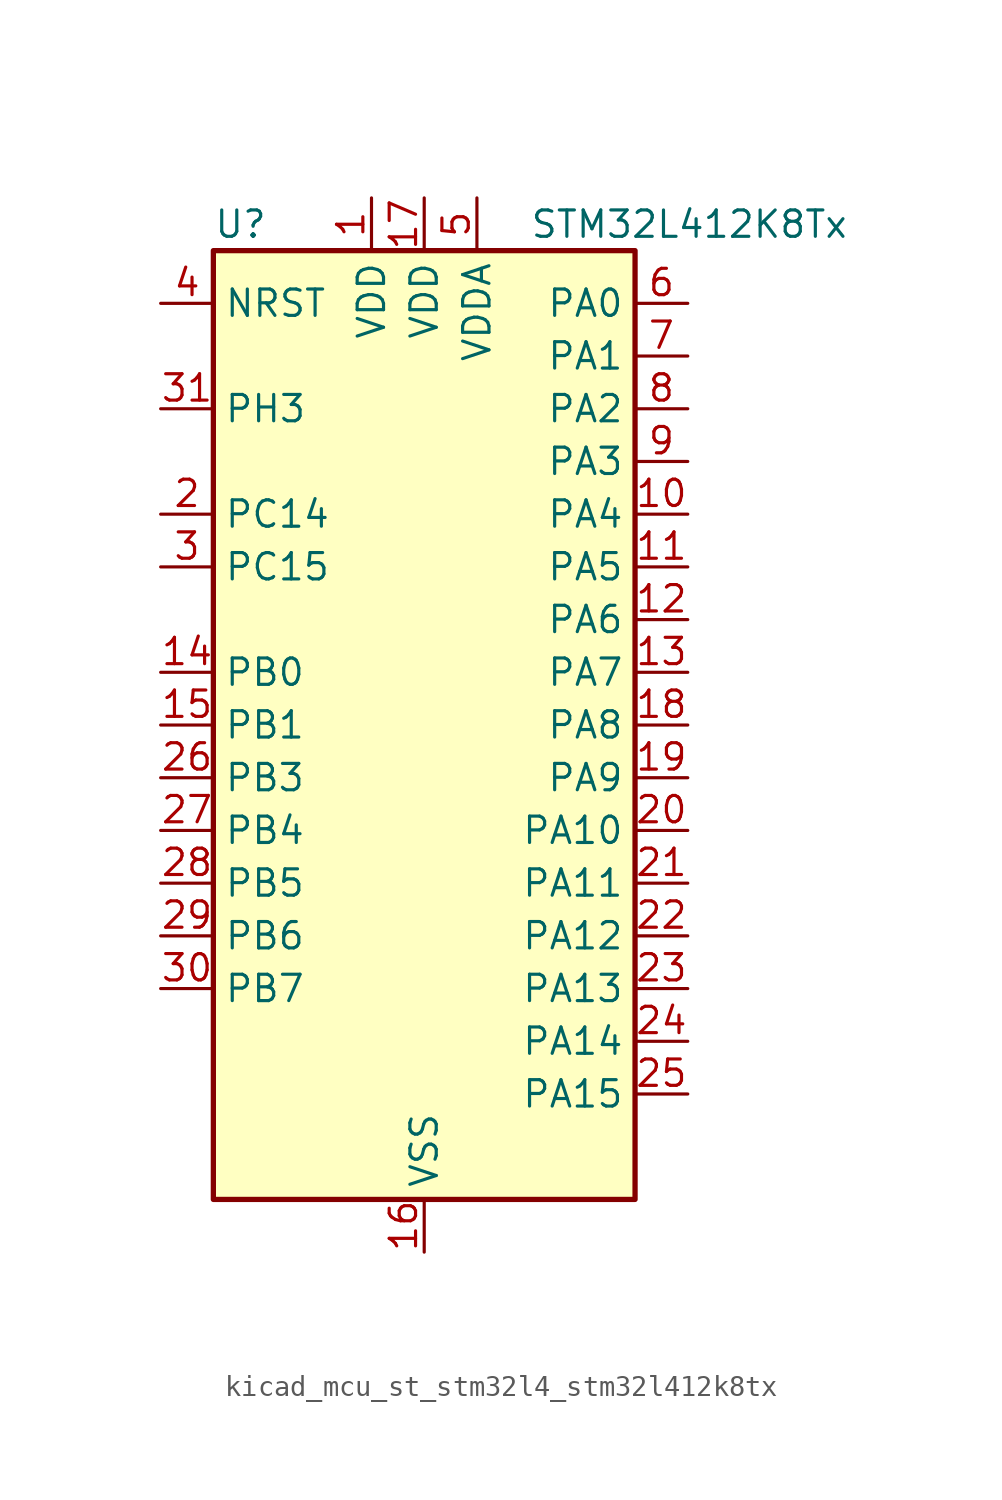
<source format=kicad_sym>
(kicad_symbol_lib
  (version 20220914)
  (generator kicad_symbol_editor)
  (symbol "kicad_mcu_st_stm32l4_stm32l412k8tx"
    (property "Reference" "U"
      (at -10.16 24.13 0)
      (effects (font (size 1.27 1.27)) (justify left)))
    (property "Value" "STM32L412K8Tx"
      (at 5.08 24.13 0)
      (effects (font (size 1.27 1.27)) (justify left)))
    (property "ki_locked" ""
      (at 0 0 0)
      (effects (font (size 1.27 1.27))))
    (symbol "kicad_mcu_st_stm32l4_stm32l412k8tx_0_1"
      (rectangle (start -10.16 -22.86) (end 10.16 22.86) (stroke (width 0.254) (type default)) (fill (type background))))
    (symbol "kicad_mcu_st_stm32l4_stm32l412k8tx_1_1"
      (pin power_in line (at -2.54 25.4 270) (length 2.54) (name "VDD" (effects (font (size 1.27 1.27)))) (number "1" (effects (font (size 1.27 1.27)))))
      (pin bidirectional line (at 12.7 10.16 180) (length 2.54) (name "PA4" (effects (font (size 1.27 1.27)))) (number "10" (effects (font (size 1.27 1.27)))) (alternate "ADC1_IN9" bidirectional line) (alternate "ADC2_IN9" bidirectional line) (alternate "COMP1_INM" bidirectional line) (alternate "LPTIM2_OUT" bidirectional line) (alternate "SPI1_NSS" bidirectional line) (alternate "USART2_CK" bidirectional line))
      (pin bidirectional line (at 12.7 7.62 180) (length 2.54) (name "PA5" (effects (font (size 1.27 1.27)))) (number "11" (effects (font (size 1.27 1.27)))) (alternate "ADC1_IN10" bidirectional line) (alternate "ADC2_IN10" bidirectional line) (alternate "COMP1_INM" bidirectional line) (alternate "LPTIM2_ETR" bidirectional line) (alternate "SPI1_SCK" bidirectional line) (alternate "TIM2_CH1" bidirectional line) (alternate "TIM2_ETR" bidirectional line))
      (pin bidirectional line (at 12.7 5.08 180) (length 2.54) (name "PA6" (effects (font (size 1.27 1.27)))) (number "12" (effects (font (size 1.27 1.27)))) (alternate "ADC1_IN11" bidirectional line) (alternate "ADC2_IN11" bidirectional line) (alternate "COMP1_OUT" bidirectional line) (alternate "LPUART1_CTS" bidirectional line) (alternate "QUADSPI_BK1_IO3" bidirectional line) (alternate "SPI1_MISO" bidirectional line) (alternate "TIM16_CH1" bidirectional line) (alternate "TIM1_BKIN" bidirectional line))
      (pin bidirectional line (at 12.7 2.54 180) (length 2.54) (name "PA7" (effects (font (size 1.27 1.27)))) (number "13" (effects (font (size 1.27 1.27)))) (alternate "ADC1_IN12" bidirectional line) (alternate "ADC2_IN12" bidirectional line) (alternate "I2C3_SCL" bidirectional line) (alternate "QUADSPI_BK1_IO2" bidirectional line) (alternate "SPI1_MOSI" bidirectional line) (alternate "TIM1_CH1N" bidirectional line))
      (pin bidirectional line (at -12.7 2.54 0) (length 2.54) (name "PB0" (effects (font (size 1.27 1.27)))) (number "14" (effects (font (size 1.27 1.27)))) (alternate "ADC1_IN15" bidirectional line) (alternate "ADC2_IN15" bidirectional line) (alternate "COMP1_OUT" bidirectional line) (alternate "QUADSPI_BK1_IO1" bidirectional line) (alternate "SPI1_NSS" bidirectional line) (alternate "SYS_TRACED0" bidirectional line) (alternate "TIM1_CH2N" bidirectional line))
      (pin bidirectional line (at -12.7 0 0) (length 2.54) (name "PB1" (effects (font (size 1.27 1.27)))) (number "15" (effects (font (size 1.27 1.27)))) (alternate "ADC1_IN16" bidirectional line) (alternate "ADC2_IN16" bidirectional line) (alternate "COMP1_INM" bidirectional line) (alternate "LPTIM2_IN1" bidirectional line) (alternate "LPUART1_DE" bidirectional line) (alternate "LPUART1_RTS" bidirectional line) (alternate "QUADSPI_BK1_IO0" bidirectional line) (alternate "SYS_TRACED1" bidirectional line) (alternate "TIM1_CH3N" bidirectional line))
      (pin power_in line (at 0 -25.4 90) (length 2.54) (name "VSS" (effects (font (size 1.27 1.27)))) (number "16" (effects (font (size 1.27 1.27)))))
      (pin power_in line (at 0 25.4 270) (length 2.54) (name "VDD" (effects (font (size 1.27 1.27)))) (number "17" (effects (font (size 1.27 1.27)))))
      (pin bidirectional line (at 12.7 0 180) (length 2.54) (name "PA8" (effects (font (size 1.27 1.27)))) (number "18" (effects (font (size 1.27 1.27)))) (alternate "LPTIM2_OUT" bidirectional line) (alternate "RCC_MCO" bidirectional line) (alternate "TIM1_CH1" bidirectional line) (alternate "USART1_CK" bidirectional line))
      (pin bidirectional line (at 12.7 -2.54 180) (length 2.54) (name "PA9" (effects (font (size 1.27 1.27)))) (number "19" (effects (font (size 1.27 1.27)))) (alternate "I2C1_SCL" bidirectional line) (alternate "TIM15_BKIN" bidirectional line) (alternate "TIM1_CH2" bidirectional line) (alternate "USART1_TX" bidirectional line))
      (pin bidirectional line (at -12.7 10.16 0) (length 2.54) (name "PC14" (effects (font (size 1.27 1.27)))) (number "2" (effects (font (size 1.27 1.27)))) (alternate "RCC_OSC32_IN" bidirectional line))
      (pin bidirectional line (at 12.7 -5.08 180) (length 2.54) (name "PA10" (effects (font (size 1.27 1.27)))) (number "20" (effects (font (size 1.27 1.27)))) (alternate "CRS_SYNC" bidirectional line) (alternate "I2C1_SDA" bidirectional line) (alternate "TIM1_CH3" bidirectional line) (alternate "USART1_RX" bidirectional line))
      (pin bidirectional line (at 12.7 -7.62 180) (length 2.54) (name "PA11" (effects (font (size 1.27 1.27)))) (number "21" (effects (font (size 1.27 1.27)))) (alternate "ADC1_EXTI11" bidirectional line) (alternate "ADC2_EXTI11" bidirectional line) (alternate "COMP1_OUT" bidirectional line) (alternate "SPI1_MISO" bidirectional line) (alternate "TIM1_BKIN2" bidirectional line) (alternate "TIM1_BKIN2_COMP1" bidirectional line) (alternate "TIM1_CH4" bidirectional line) (alternate "USART1_CTS" bidirectional line) (alternate "USB_DM" bidirectional line))
      (pin bidirectional line (at 12.7 -10.16 180) (length 2.54) (name "PA12" (effects (font (size 1.27 1.27)))) (number "22" (effects (font (size 1.27 1.27)))) (alternate "SPI1_MOSI" bidirectional line) (alternate "TIM1_ETR" bidirectional line) (alternate "USART1_DE" bidirectional line) (alternate "USART1_RTS" bidirectional line) (alternate "USB_DP" bidirectional line))
      (pin bidirectional line (at 12.7 -12.7 180) (length 2.54) (name "PA13" (effects (font (size 1.27 1.27)))) (number "23" (effects (font (size 1.27 1.27)))) (alternate "IR_OUT" bidirectional line) (alternate "SYS_JTMS-SWDIO" bidirectional line) (alternate "USB_NOE" bidirectional line))
      (pin bidirectional line (at 12.7 -15.24 180) (length 2.54) (name "PA14" (effects (font (size 1.27 1.27)))) (number "24" (effects (font (size 1.27 1.27)))) (alternate "I2C1_SMBA" bidirectional line) (alternate "LPTIM1_OUT" bidirectional line) (alternate "SYS_JTCK-SWCLK" bidirectional line))
      (pin bidirectional line (at 12.7 -17.78 180) (length 2.54) (name "PA15" (effects (font (size 1.27 1.27)))) (number "25" (effects (font (size 1.27 1.27)))) (alternate "ADC1_EXTI15" bidirectional line) (alternate "ADC2_EXTI15" bidirectional line) (alternate "SPI1_NSS" bidirectional line) (alternate "SYS_JTDI" bidirectional line) (alternate "TIM2_CH1" bidirectional line) (alternate "TIM2_ETR" bidirectional line) (alternate "USART2_RX" bidirectional line))
      (pin bidirectional line (at -12.7 -2.54 0) (length 2.54) (name "PB3" (effects (font (size 1.27 1.27)))) (number "26" (effects (font (size 1.27 1.27)))) (alternate "SPI1_SCK" bidirectional line) (alternate "SYS_JTDO-SWO" bidirectional line) (alternate "TIM2_CH2" bidirectional line) (alternate "USART1_DE" bidirectional line) (alternate "USART1_RTS" bidirectional line))
      (pin bidirectional line (at -12.7 -5.08 0) (length 2.54) (name "PB4" (effects (font (size 1.27 1.27)))) (number "27" (effects (font (size 1.27 1.27)))) (alternate "I2C3_SDA" bidirectional line) (alternate "SPI1_MISO" bidirectional line) (alternate "SYS_JTRST" bidirectional line) (alternate "TSC_G2_IO1" bidirectional line) (alternate "USART1_CTS" bidirectional line))
      (pin bidirectional line (at -12.7 -7.62 0) (length 2.54) (name "PB5" (effects (font (size 1.27 1.27)))) (number "28" (effects (font (size 1.27 1.27)))) (alternate "I2C1_SMBA" bidirectional line) (alternate "LPTIM1_IN1" bidirectional line) (alternate "SPI1_MOSI" bidirectional line) (alternate "SYS_TRACED2" bidirectional line) (alternate "TIM16_BKIN" bidirectional line) (alternate "TSC_G2_IO2" bidirectional line) (alternate "USART1_CK" bidirectional line))
      (pin bidirectional line (at -12.7 -10.16 0) (length 2.54) (name "PB6" (effects (font (size 1.27 1.27)))) (number "29" (effects (font (size 1.27 1.27)))) (alternate "I2C1_SCL" bidirectional line) (alternate "LPTIM1_ETR" bidirectional line) (alternate "SYS_TRACED3" bidirectional line) (alternate "TIM16_CH1N" bidirectional line) (alternate "TSC_G2_IO3" bidirectional line) (alternate "USART1_TX" bidirectional line))
      (pin bidirectional line (at -12.7 7.62 0) (length 2.54) (name "PC15" (effects (font (size 1.27 1.27)))) (number "3" (effects (font (size 1.27 1.27)))) (alternate "ADC1_EXTI15" bidirectional line) (alternate "ADC2_EXTI15" bidirectional line) (alternate "RCC_OSC32_OUT" bidirectional line))
      (pin bidirectional line (at -12.7 -12.7 0) (length 2.54) (name "PB7" (effects (font (size 1.27 1.27)))) (number "30" (effects (font (size 1.27 1.27)))) (alternate "I2C1_SDA" bidirectional line) (alternate "LPTIM1_IN2" bidirectional line) (alternate "SYS_PVD_IN" bidirectional line) (alternate "SYS_TRACECLK" bidirectional line) (alternate "TSC_G2_IO4" bidirectional line) (alternate "USART1_RX" bidirectional line))
      (pin bidirectional line (at -12.7 15.24 0) (length 2.54) (name "PH3" (effects (font (size 1.27 1.27)))) (number "31" (effects (font (size 1.27 1.27)))))
      (pin passive line (at 0 -25.4 90) (length 2.54) hide (name "VSS" (effects (font (size 1.27 1.27)))) (number "32" (effects (font (size 1.27 1.27)))))
      (pin input line (at -12.7 20.32 0) (length 2.54) (name "NRST" (effects (font (size 1.27 1.27)))) (number "4" (effects (font (size 1.27 1.27)))))
      (pin power_in line (at 2.54 25.4 270) (length 2.54) (name "VDDA" (effects (font (size 1.27 1.27)))) (number "5" (effects (font (size 1.27 1.27)))))
      (pin bidirectional line (at 12.7 20.32 180) (length 2.54) (name "PA0" (effects (font (size 1.27 1.27)))) (number "6" (effects (font (size 1.27 1.27)))) (alternate "ADC1_IN5" bidirectional line) (alternate "COMP1_INM" bidirectional line) (alternate "COMP1_OUT" bidirectional line) (alternate "OPAMP1_VINP" bidirectional line) (alternate "RCC_CK_IN" bidirectional line) (alternate "RTC_TAMP2" bidirectional line) (alternate "SYS_WKUP1" bidirectional line) (alternate "TIM2_CH1" bidirectional line) (alternate "TIM2_ETR" bidirectional line) (alternate "USART2_CTS" bidirectional line))
      (pin bidirectional line (at 12.7 17.78 180) (length 2.54) (name "PA1" (effects (font (size 1.27 1.27)))) (number "7" (effects (font (size 1.27 1.27)))) (alternate "ADC1_IN6" bidirectional line) (alternate "COMP1_INP" bidirectional line) (alternate "I2C1_SMBA" bidirectional line) (alternate "OPAMP1_VINM" bidirectional line) (alternate "SPI1_SCK" bidirectional line) (alternate "TIM15_CH1N" bidirectional line) (alternate "TIM2_CH2" bidirectional line) (alternate "USART2_DE" bidirectional line) (alternate "USART2_RTS" bidirectional line))
      (pin bidirectional line (at 12.7 15.24 180) (length 2.54) (name "PA2" (effects (font (size 1.27 1.27)))) (number "8" (effects (font (size 1.27 1.27)))) (alternate "ADC1_IN7" bidirectional line) (alternate "ADC2_IN7" bidirectional line) (alternate "LPUART1_TX" bidirectional line) (alternate "QUADSPI_BK1_NCS" bidirectional line) (alternate "RCC_LSCO" bidirectional line) (alternate "SYS_WKUP4" bidirectional line) (alternate "TIM15_CH1" bidirectional line) (alternate "TIM2_CH3" bidirectional line) (alternate "USART2_TX" bidirectional line))
      (pin bidirectional line (at 12.7 12.7 180) (length 2.54) (name "PA3" (effects (font (size 1.27 1.27)))) (number "9" (effects (font (size 1.27 1.27)))) (alternate "ADC1_IN8" bidirectional line) (alternate "ADC2_IN8" bidirectional line) (alternate "LPUART1_RX" bidirectional line) (alternate "OPAMP1_VOUT" bidirectional line) (alternate "QUADSPI_CLK" bidirectional line) (alternate "TIM15_CH2" bidirectional line) (alternate "TIM2_CH4" bidirectional line) (alternate "USART2_RX" bidirectional line)))))
</source>
